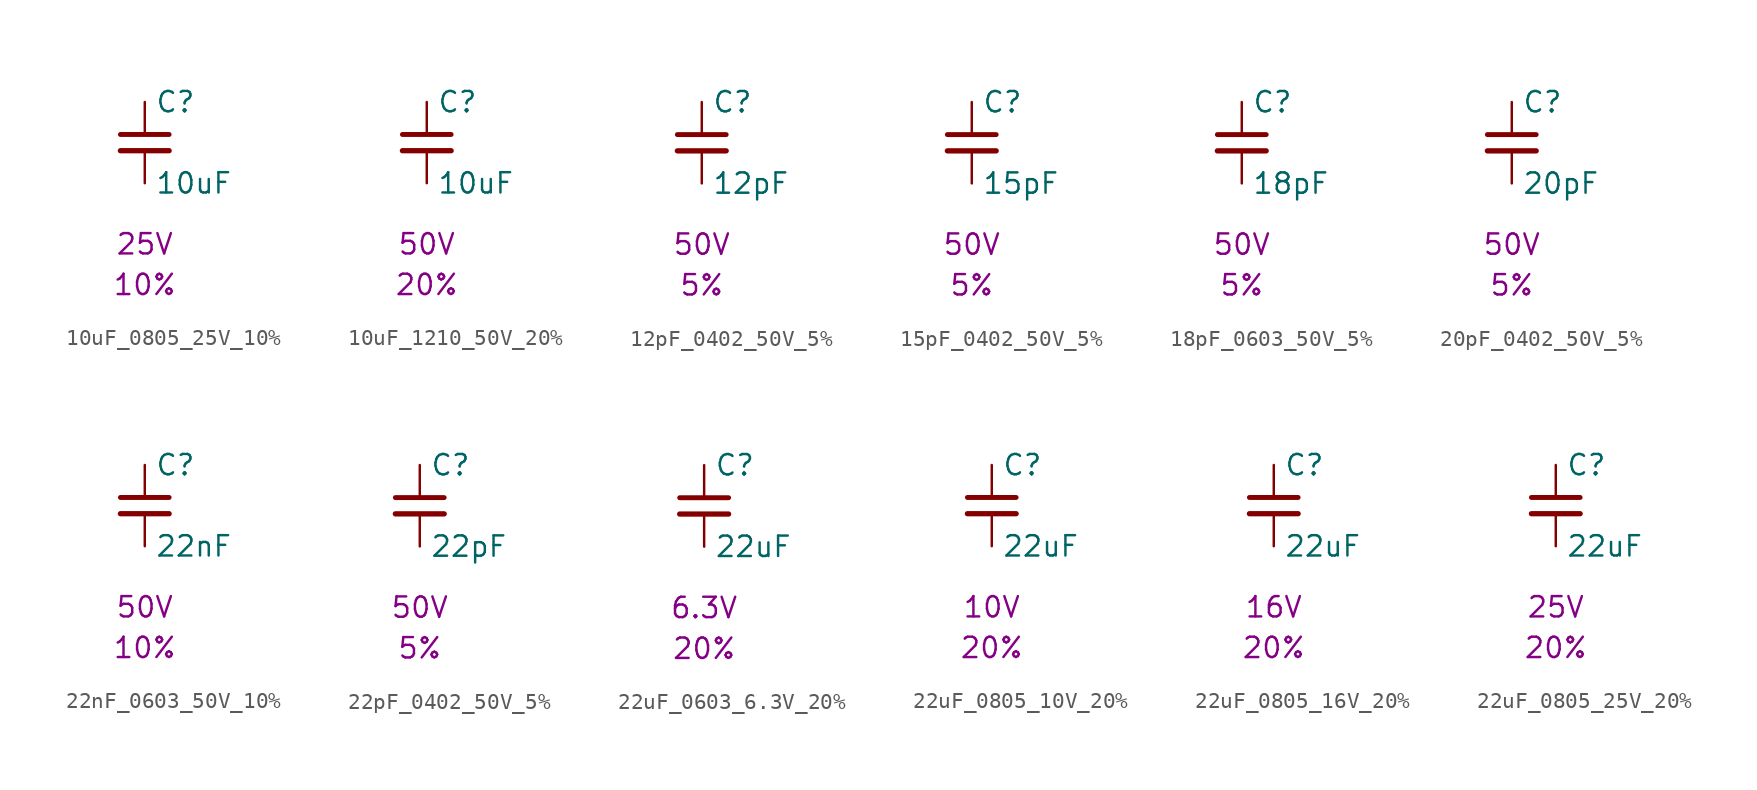
<source format=kicad_sym>
(kicad_symbol_lib
  (version 20231120)
  (generator "kicad_symbol_editor")
  (generator_version "8.0")
  (symbol "10uF_0805_25V_10%"
    (pin_numbers hide)
    (pin_names
      (offset 0.254))
    (property "Reference" "C"
      (at 0.635 2.54 0)
      (effects (font (size 1.27 1.27)) (justify left)))
    (property "Value" "10uF"
      (at 0.635 -2.54 0)
      (effects (font (size 1.27 1.27)) (justify left)))
    (property "Voltage" "25V"
      (at 0 -6.35 0)
      (effects (font (size 1.27 1.27))))
    (property "Tolerance" "10%"
      (at 0 -8.89 0)
      (effects (font (size 1.27 1.27))))
    (symbol "10uF_0805_25V_10%_0_1"
      (polyline (pts (xy -1.524 -0.508) (xy 1.524 -0.508)) (stroke (width 0.33) (type default)) (fill (type none)))
      (polyline (pts (xy -1.524 0.508) (xy 1.524 0.508)) (stroke (width 0.305) (type default)) (fill (type none))))
    (symbol "10uF_0805_25V_10%_1_1"
      (pin passive line (at 0 2.54 270) (length 2.032) (name "~" (effects (font (size 1.27 1.27)))) (number "1" (effects (font (size 1.27 1.27)))))
      (pin passive line (at 0 -2.54 90) (length 2.032) (name "~" (effects (font (size 1.27 1.27)))) (number "2" (effects (font (size 1.27 1.27)))))))
  (symbol "10uF_1210_50V_20%"
    (pin_numbers hide)
    (pin_names
      (offset 0.254))
    (property "Reference" "C"
      (at 0.635 2.54 0)
      (effects (font (size 1.27 1.27)) (justify left)))
    (property "Value" "10uF"
      (at 0.635 -2.54 0)
      (effects (font (size 1.27 1.27)) (justify left)))
    (property "Voltage" "50V"
      (at 0 -6.35 0)
      (effects (font (size 1.27 1.27))))
    (property "Tolerance" "20%"
      (at 0 -8.89 0)
      (effects (font (size 1.27 1.27))))
    (symbol "10uF_1210_50V_20%_0_1"
      (polyline (pts (xy -1.524 -0.508) (xy 1.524 -0.508)) (stroke (width 0.33) (type default)) (fill (type none)))
      (polyline (pts (xy -1.524 0.508) (xy 1.524 0.508)) (stroke (width 0.305) (type default)) (fill (type none))))
    (symbol "10uF_1210_50V_20%_1_1"
      (pin passive line (at 0 2.54 270) (length 2.032) (name "~" (effects (font (size 1.27 1.27)))) (number "1" (effects (font (size 1.27 1.27)))))
      (pin passive line (at 0 -2.54 90) (length 2.032) (name "~" (effects (font (size 1.27 1.27)))) (number "2" (effects (font (size 1.27 1.27)))))))
  (symbol "12pF_0402_50V_5%"
    (pin_numbers hide)
    (pin_names
      (offset 0.254))
    (property "Reference" "C"
      (at 0.635 2.54 0)
      (effects (font (size 1.27 1.27)) (justify left)))
    (property "Value" "12pF"
      (at 0.635 -2.54 0)
      (effects (font (size 1.27 1.27)) (justify left)))
    (property "Voltage" "50V"
      (at 0 -6.35 0)
      (effects (font (size 1.27 1.27))))
    (property "Tolerance" "5%"
      (at 0 -8.89 0)
      (effects (font (size 1.27 1.27))))
    (symbol "12pF_0402_50V_5%_0_1"
      (polyline (pts (xy -1.524 -0.508) (xy 1.524 -0.508)) (stroke (width 0.33) (type default)) (fill (type none)))
      (polyline (pts (xy -1.524 0.508) (xy 1.524 0.508)) (stroke (width 0.305) (type default)) (fill (type none))))
    (symbol "12pF_0402_50V_5%_1_1"
      (pin passive line (at 0 2.54 270) (length 2.032) (name "~" (effects (font (size 1.27 1.27)))) (number "1" (effects (font (size 1.27 1.27)))))
      (pin passive line (at 0 -2.54 90) (length 2.032) (name "~" (effects (font (size 1.27 1.27)))) (number "2" (effects (font (size 1.27 1.27)))))))
  (symbol "15pF_0402_50V_5%"
    (pin_numbers hide)
    (pin_names
      (offset 0.254))
    (property "Reference" "C"
      (at 0.635 2.54 0)
      (effects (font (size 1.27 1.27)) (justify left)))
    (property "Value" "15pF"
      (at 0.635 -2.54 0)
      (effects (font (size 1.27 1.27)) (justify left)))
    (property "Voltage" "50V"
      (at 0 -6.35 0)
      (effects (font (size 1.27 1.27))))
    (property "Tolerance" "5%"
      (at 0 -8.89 0)
      (effects (font (size 1.27 1.27))))
    (symbol "15pF_0402_50V_5%_0_1"
      (polyline (pts (xy -1.524 -0.508) (xy 1.524 -0.508)) (stroke (width 0.33) (type default)) (fill (type none)))
      (polyline (pts (xy -1.524 0.508) (xy 1.524 0.508)) (stroke (width 0.305) (type default)) (fill (type none))))
    (symbol "15pF_0402_50V_5%_1_1"
      (pin passive line (at 0 2.54 270) (length 2.032) (name "~" (effects (font (size 1.27 1.27)))) (number "1" (effects (font (size 1.27 1.27)))))
      (pin passive line (at 0 -2.54 90) (length 2.032) (name "~" (effects (font (size 1.27 1.27)))) (number "2" (effects (font (size 1.27 1.27)))))))
  (symbol "18pF_0603_50V_5%"
    (pin_numbers hide)
    (pin_names
      (offset 0.254))
    (property "Reference" "C"
      (at 0.635 2.54 0)
      (effects (font (size 1.27 1.27)) (justify left)))
    (property "Value" "18pF"
      (at 0.635 -2.54 0)
      (effects (font (size 1.27 1.27)) (justify left)))
    (property "Voltage" "50V"
      (at 0 -6.35 0)
      (effects (font (size 1.27 1.27))))
    (property "Tolerance" "5%"
      (at 0 -8.89 0)
      (effects (font (size 1.27 1.27))))
    (symbol "18pF_0603_50V_5%_0_1"
      (polyline (pts (xy -1.524 -0.508) (xy 1.524 -0.508)) (stroke (width 0.33) (type default)) (fill (type none)))
      (polyline (pts (xy -1.524 0.508) (xy 1.524 0.508)) (stroke (width 0.305) (type default)) (fill (type none))))
    (symbol "18pF_0603_50V_5%_1_1"
      (pin passive line (at 0 2.54 270) (length 2.032) (name "~" (effects (font (size 1.27 1.27)))) (number "1" (effects (font (size 1.27 1.27)))))
      (pin passive line (at 0 -2.54 90) (length 2.032) (name "~" (effects (font (size 1.27 1.27)))) (number "2" (effects (font (size 1.27 1.27)))))))
  (symbol "20pF_0402_50V_5%"
    (pin_numbers hide)
    (pin_names
      (offset 0.254))
    (property "Reference" "C"
      (at 0.635 2.54 0)
      (effects (font (size 1.27 1.27)) (justify left)))
    (property "Value" "20pF"
      (at 0.635 -2.54 0)
      (effects (font (size 1.27 1.27)) (justify left)))
    (property "Voltage" "50V"
      (at 0 -6.35 0)
      (effects (font (size 1.27 1.27))))
    (property "Tolerance" "5%"
      (at 0 -8.89 0)
      (effects (font (size 1.27 1.27))))
    (symbol "20pF_0402_50V_5%_0_1"
      (polyline (pts (xy -1.524 -0.508) (xy 1.524 -0.508)) (stroke (width 0.33) (type default)) (fill (type none)))
      (polyline (pts (xy -1.524 0.508) (xy 1.524 0.508)) (stroke (width 0.305) (type default)) (fill (type none))))
    (symbol "20pF_0402_50V_5%_1_1"
      (pin passive line (at 0 2.54 270) (length 2.032) (name "~" (effects (font (size 1.27 1.27)))) (number "1" (effects (font (size 1.27 1.27)))))
      (pin passive line (at 0 -2.54 90) (length 2.032) (name "~" (effects (font (size 1.27 1.27)))) (number "2" (effects (font (size 1.27 1.27)))))))
  (symbol "22nF_0603_50V_10%"
    (pin_numbers hide)
    (pin_names
      (offset 0.254))
    (property "Reference" "C"
      (at 0.635 2.54 0)
      (effects (font (size 1.27 1.27)) (justify left)))
    (property "Value" "22nF"
      (at 0.635 -2.54 0)
      (effects (font (size 1.27 1.27)) (justify left)))
    (property "Voltage" "50V"
      (at 0 -6.35 0)
      (effects (font (size 1.27 1.27))))
    (property "Tolerance" "10%"
      (at 0 -8.89 0)
      (effects (font (size 1.27 1.27))))
    (symbol "22nF_0603_50V_10%_0_1"
      (polyline (pts (xy -1.524 -0.508) (xy 1.524 -0.508)) (stroke (width 0.33) (type default)) (fill (type none)))
      (polyline (pts (xy -1.524 0.508) (xy 1.524 0.508)) (stroke (width 0.305) (type default)) (fill (type none))))
    (symbol "22nF_0603_50V_10%_1_1"
      (pin passive line (at 0 2.54 270) (length 2.032) (name "~" (effects (font (size 1.27 1.27)))) (number "1" (effects (font (size 1.27 1.27)))))
      (pin passive line (at 0 -2.54 90) (length 2.032) (name "~" (effects (font (size 1.27 1.27)))) (number "2" (effects (font (size 1.27 1.27)))))))
  (symbol "22pF_0402_50V_5%"
    (pin_numbers hide)
    (pin_names
      (offset 0.254))
    (property "Reference" "C"
      (at 0.635 2.54 0)
      (effects (font (size 1.27 1.27)) (justify left)))
    (property "Value" "22pF"
      (at 0.635 -2.54 0)
      (effects (font (size 1.27 1.27)) (justify left)))
    (property "Voltage" "50V"
      (at 0 -6.35 0)
      (effects (font (size 1.27 1.27))))
    (property "Tolerance" "5%"
      (at 0 -8.89 0)
      (effects (font (size 1.27 1.27))))
    (symbol "22pF_0402_50V_5%_0_1"
      (polyline (pts (xy -1.524 -0.508) (xy 1.524 -0.508)) (stroke (width 0.33) (type default)) (fill (type none)))
      (polyline (pts (xy -1.524 0.508) (xy 1.524 0.508)) (stroke (width 0.305) (type default)) (fill (type none))))
    (symbol "22pF_0402_50V_5%_1_1"
      (pin passive line (at 0 2.54 270) (length 2.032) (name "~" (effects (font (size 1.27 1.27)))) (number "1" (effects (font (size 1.27 1.27)))))
      (pin passive line (at 0 -2.54 90) (length 2.032) (name "~" (effects (font (size 1.27 1.27)))) (number "2" (effects (font (size 1.27 1.27)))))))
  (symbol "22uF_0603_6.3V_20%"
    (pin_numbers hide)
    (pin_names
      (offset 0.254))
    (property "Reference" "C"
      (at 0.635 2.54 0)
      (effects (font (size 1.27 1.27)) (justify left)))
    (property "Value" "22uF"
      (at 0.635 -2.54 0)
      (effects (font (size 1.27 1.27)) (justify left)))
    (property "Voltage" "6.3V"
      (at 0 -6.35 0)
      (effects (font (size 1.27 1.27))))
    (property "Tolerance" "20%"
      (at 0 -8.89 0)
      (effects (font (size 1.27 1.27))))
    (symbol "22uF_0603_6.3V_20%_0_1"
      (polyline (pts (xy -1.524 -0.508) (xy 1.524 -0.508)) (stroke (width 0.33) (type default)) (fill (type none)))
      (polyline (pts (xy -1.524 0.508) (xy 1.524 0.508)) (stroke (width 0.305) (type default)) (fill (type none))))
    (symbol "22uF_0603_6.3V_20%_1_1"
      (pin passive line (at 0 2.54 270) (length 2.032) (name "~" (effects (font (size 1.27 1.27)))) (number "1" (effects (font (size 1.27 1.27)))))
      (pin passive line (at 0 -2.54 90) (length 2.032) (name "~" (effects (font (size 1.27 1.27)))) (number "2" (effects (font (size 1.27 1.27)))))))
  (symbol "22uF_0805_10V_20%"
    (pin_numbers hide)
    (pin_names
      (offset 0.254))
    (property "Reference" "C"
      (at 0.635 2.54 0)
      (effects (font (size 1.27 1.27)) (justify left)))
    (property "Value" "22uF"
      (at 0.635 -2.54 0)
      (effects (font (size 1.27 1.27)) (justify left)))
    (property "Voltage" "10V"
      (at 0 -6.35 0)
      (effects (font (size 1.27 1.27))))
    (property "Tolerance" "20%"
      (at 0 -8.89 0)
      (effects (font (size 1.27 1.27))))
    (symbol "22uF_0805_10V_20%_0_1"
      (polyline (pts (xy -1.524 -0.508) (xy 1.524 -0.508)) (stroke (width 0.33) (type default)) (fill (type none)))
      (polyline (pts (xy -1.524 0.508) (xy 1.524 0.508)) (stroke (width 0.305) (type default)) (fill (type none))))
    (symbol "22uF_0805_10V_20%_1_1"
      (pin passive line (at 0 2.54 270) (length 2.032) (name "~" (effects (font (size 1.27 1.27)))) (number "1" (effects (font (size 1.27 1.27)))))
      (pin passive line (at 0 -2.54 90) (length 2.032) (name "~" (effects (font (size 1.27 1.27)))) (number "2" (effects (font (size 1.27 1.27)))))))
  (symbol "22uF_0805_16V_20%"
    (pin_numbers hide)
    (pin_names
      (offset 0.254))
    (property "Reference" "C"
      (at 0.635 2.54 0)
      (effects (font (size 1.27 1.27)) (justify left)))
    (property "Value" "22uF"
      (at 0.635 -2.54 0)
      (effects (font (size 1.27 1.27)) (justify left)))
    (property "Voltage" "16V"
      (at 0 -6.35 0)
      (effects (font (size 1.27 1.27))))
    (property "Tolerance" "20%"
      (at 0 -8.89 0)
      (effects (font (size 1.27 1.27))))
    (symbol "22uF_0805_16V_20%_0_1"
      (polyline (pts (xy -1.524 -0.508) (xy 1.524 -0.508)) (stroke (width 0.33) (type default)) (fill (type none)))
      (polyline (pts (xy -1.524 0.508) (xy 1.524 0.508)) (stroke (width 0.305) (type default)) (fill (type none))))
    (symbol "22uF_0805_16V_20%_1_1"
      (pin passive line (at 0 2.54 270) (length 2.032) (name "~" (effects (font (size 1.27 1.27)))) (number "1" (effects (font (size 1.27 1.27)))))
      (pin passive line (at 0 -2.54 90) (length 2.032) (name "~" (effects (font (size 1.27 1.27)))) (number "2" (effects (font (size 1.27 1.27)))))))
  (symbol "22uF_0805_25V_20%"
    (pin_numbers hide)
    (pin_names
      (offset 0.254))
    (property "Reference" "C"
      (at 0.635 2.54 0)
      (effects (font (size 1.27 1.27)) (justify left)))
    (property "Value" "22uF"
      (at 0.635 -2.54 0)
      (effects (font (size 1.27 1.27)) (justify left)))
    (property "Voltage" "25V"
      (at 0 -6.35 0)
      (effects (font (size 1.27 1.27))))
    (property "Tolerance" "20%"
      (at 0 -8.89 0)
      (effects (font (size 1.27 1.27))))
    (symbol "22uF_0805_25V_20%_0_1"
      (polyline (pts (xy -1.524 -0.508) (xy 1.524 -0.508)) (stroke (width 0.33) (type default)) (fill (type none)))
      (polyline (pts (xy -1.524 0.508) (xy 1.524 0.508)) (stroke (width 0.305) (type default)) (fill (type none))))
    (symbol "22uF_0805_25V_20%_1_1"
      (pin passive line (at 0 2.54 270) (length 2.032) (name "~" (effects (font (size 1.27 1.27)))) (number "1" (effects (font (size 1.27 1.27)))))
      (pin passive line (at 0 -2.54 90) (length 2.032) (name "~" (effects (font (size 1.27 1.27)))) (number "2" (effects (font (size 1.27 1.27))))))))
</source>
